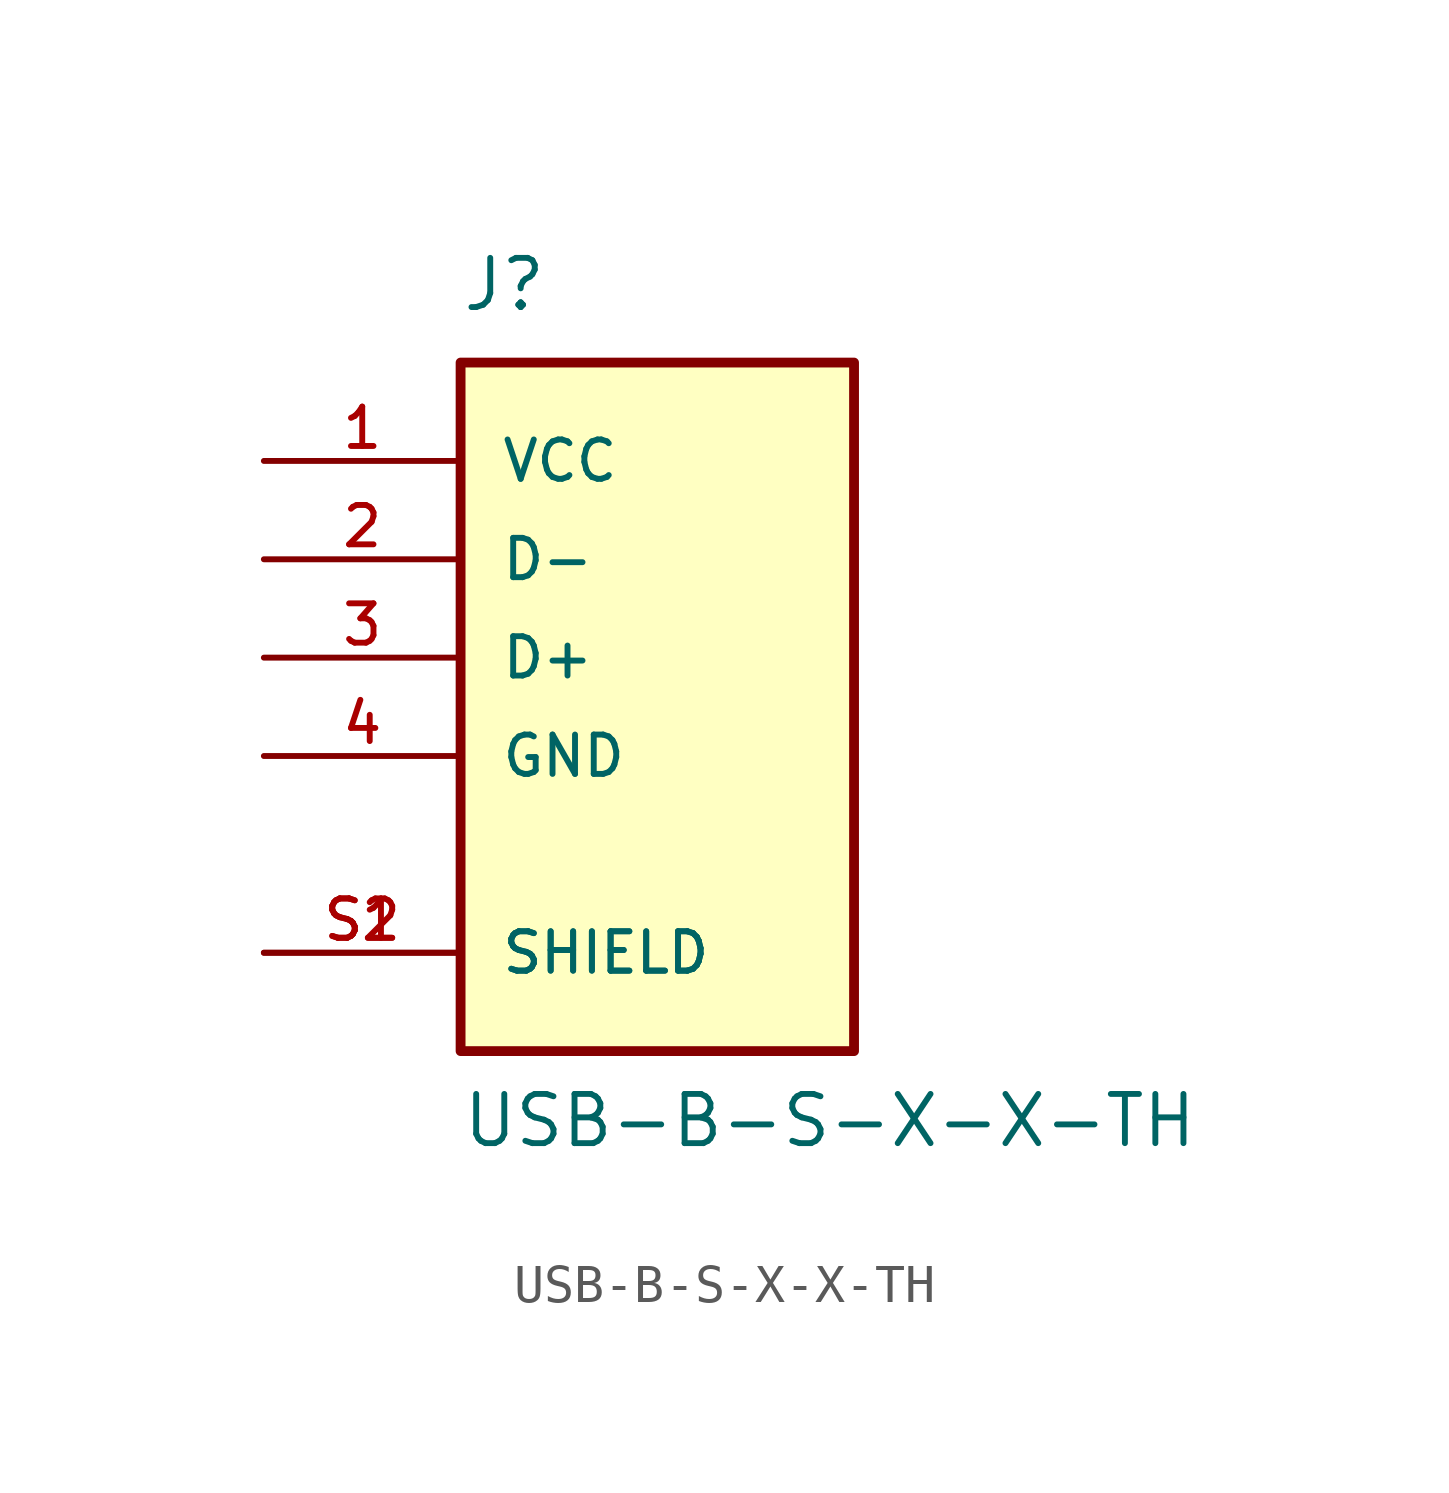
<source format=kicad_sym>
(kicad_symbol_lib
  (version 20211014)
  (generator kicad_symbol_editor)
  (symbol "USB-B-S-X-X-TH"
    (pin_names
      (offset 1.016))
    (property "Reference" "J"
      (at -5.08 8.89 0)
      (effects (font (size 1.27 1.27)) (justify left bottom)))
    (property "Value" "USB-B-S-X-X-TH"
      (at -5.08 -12.7 0)
      (effects (font (size 1.27 1.27)) (justify left bottom)))
    (property "ki_locked" ""
      (at 0 0 0)
      (effects (font (size 1.27 1.27))))
    (symbol "USB-B-S-X-X-TH_0_0"
      (rectangle (start -5.08 -10.16) (end 5.08 7.62) (stroke (width 0.254) (type default) (color 0 0 0 0)) (fill (type background)))
      (pin power_in line (at -10.16 5.08 0) (length 5.08) (name "VCC" (effects (font (size 1.016 1.016)))) (number "1" (effects (font (size 1.016 1.016)))))
      (pin bidirectional line (at -10.16 2.54 0) (length 5.08) (name "D-" (effects (font (size 1.016 1.016)))) (number "2" (effects (font (size 1.016 1.016)))))
      (pin bidirectional line (at -10.16 0 0) (length 5.08) (name "D+" (effects (font (size 1.016 1.016)))) (number "3" (effects (font (size 1.016 1.016)))))
      (pin power_in line (at -10.16 -2.54 0) (length 5.08) (name "GND" (effects (font (size 1.016 1.016)))) (number "4" (effects (font (size 1.016 1.016)))))
      (pin passive line (at -10.16 -7.62 0) (length 5.08) (name "SHIELD" (effects (font (size 1.016 1.016)))) (number "S1" (effects (font (size 1.016 1.016)))))
      (pin passive line (at -10.16 -7.62 0) (length 5.08) (name "SHIELD" (effects (font (size 1.016 1.016)))) (number "S2" (effects (font (size 1.016 1.016))))))))
</source>
